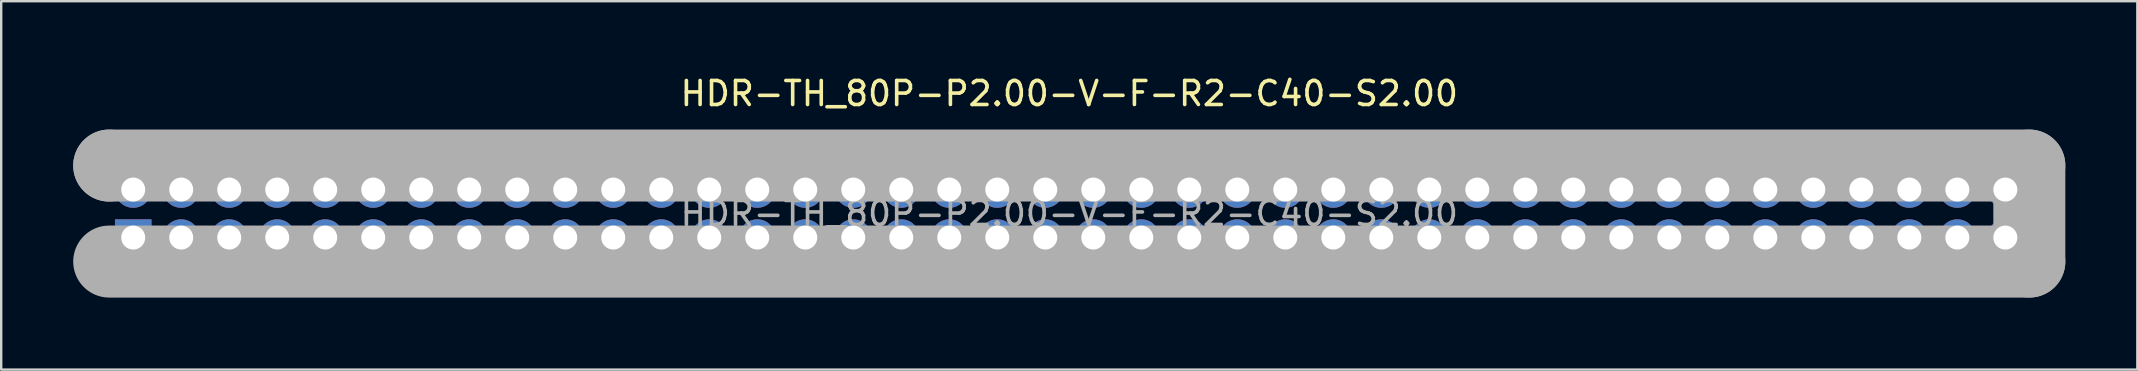
<source format=kicad_pcb>
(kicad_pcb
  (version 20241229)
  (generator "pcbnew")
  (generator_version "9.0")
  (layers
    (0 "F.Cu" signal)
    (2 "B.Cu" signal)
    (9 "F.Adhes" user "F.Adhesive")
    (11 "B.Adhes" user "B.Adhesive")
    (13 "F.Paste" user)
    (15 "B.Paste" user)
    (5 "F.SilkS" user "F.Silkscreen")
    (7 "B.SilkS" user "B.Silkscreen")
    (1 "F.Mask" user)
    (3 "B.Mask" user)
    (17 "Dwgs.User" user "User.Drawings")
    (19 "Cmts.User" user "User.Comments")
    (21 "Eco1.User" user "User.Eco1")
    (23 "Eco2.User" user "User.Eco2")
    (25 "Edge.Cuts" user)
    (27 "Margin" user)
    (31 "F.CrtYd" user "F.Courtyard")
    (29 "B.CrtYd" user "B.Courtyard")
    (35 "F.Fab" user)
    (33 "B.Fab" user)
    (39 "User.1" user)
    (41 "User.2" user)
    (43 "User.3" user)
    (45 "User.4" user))
  (footprint "HDR-TH_80P-P2.00-V-F-R2-C40-S2.00"
    (layer "F.Cu")
    (at 41.5 5.848)
    (property "Reference" "HDR-TH_80P-P2.00-V-F-R2-C40-S2.00" (at 0 -5 0) (layer "F.SilkS") (effects (font (size 1 1) (thickness 0.15))))
    (attr through_hole)
    (fp_circle (center -39.11 2.43) (end -38.86 2.43) (stroke (width 0.25) (type solid)) (fill no) (layer "F.SilkS"))
    (fp_line (start -40 -2) (end -40 -2) (stroke (width 3) (type solid)) (layer "F.Fab"))
    (fp_line (start -40 -2) (end 40 -2) (stroke (width 3) (type solid)) (layer "F.Fab"))
    (fp_line (start 40 -2) (end 40 2) (stroke (width 3) (type solid)) (layer "F.Fab"))
    (fp_line (start 40 2) (end -40 2) (stroke (width 3) (type solid)) (layer "F.Fab"))
    (fp_circle (center -40.13 2.81) (end -40.1 2.81) (stroke (width 0.06) (type solid)) (fill no) (layer "F.Fab"))
    (fp_circle (center -39 -1) (end -38.8 -1) (stroke (width 0.4) (type solid)) (fill no) (layer "F.Fab"))
    (fp_circle (center -39 1) (end -38.8 1) (stroke (width 0.4) (type solid)) (fill no) (layer "F.Fab"))
    (fp_circle (center -37 -1) (end -36.8 -1) (stroke (width 0.4) (type solid)) (fill no) (layer "F.Fab"))
    (fp_circle (center -37 1) (end -36.8 1) (stroke (width 0.4) (type solid)) (fill no) (layer "F.Fab"))
    (fp_circle (center -35 -1) (end -34.8 -1) (stroke (width 0.4) (type solid)) (fill no) (layer "F.Fab"))
    (fp_circle (center -35 1) (end -34.8 1) (stroke (width 0.4) (type solid)) (fill no) (layer "F.Fab"))
    (fp_circle (center -33 -1) (end -32.8 -1) (stroke (width 0.4) (type solid)) (fill no) (layer "F.Fab"))
    (fp_circle (center -33 1) (end -32.8 1) (stroke (width 0.4) (type solid)) (fill no) (layer "F.Fab"))
    (fp_circle (center -31 -1) (end -30.8 -1) (stroke (width 0.4) (type solid)) (fill no) (layer "F.Fab"))
    (fp_circle (center -31 1) (end -30.8 1) (stroke (width 0.4) (type solid)) (fill no) (layer "F.Fab"))
    (fp_circle (center -29 -1) (end -28.8 -1) (stroke (width 0.4) (type solid)) (fill no) (layer "F.Fab"))
    (fp_circle (center -29 1) (end -28.8 1) (stroke (width 0.4) (type solid)) (fill no) (layer "F.Fab"))
    (fp_circle (center -27 -1) (end -26.8 -1) (stroke (width 0.4) (type solid)) (fill no) (layer "F.Fab"))
    (fp_circle (center -27 1) (end -26.8 1) (stroke (width 0.4) (type solid)) (fill no) (layer "F.Fab"))
    (fp_circle (center -25 -1) (end -24.8 -1) (stroke (width 0.4) (type solid)) (fill no) (layer "F.Fab"))
    (fp_circle (center -25 1) (end -24.8 1) (stroke (width 0.4) (type solid)) (fill no) (layer "F.Fab"))
    (fp_circle (center -23 -1) (end -22.8 -1) (stroke (width 0.4) (type solid)) (fill no) (layer "F.Fab"))
    (fp_circle (center -23 1) (end -22.8 1) (stroke (width 0.4) (type solid)) (fill no) (layer "F.Fab"))
    (fp_circle (center -21 -1) (end -20.8 -1) (stroke (width 0.4) (type solid)) (fill no) (layer "F.Fab"))
    (fp_circle (center -21 1) (end -20.8 1) (stroke (width 0.4) (type solid)) (fill no) (layer "F.Fab"))
    (fp_circle (center -19 -1) (end -18.8 -1) (stroke (width 0.4) (type solid)) (fill no) (layer "F.Fab"))
    (fp_circle (center -19 1) (end -18.8 1) (stroke (width 0.4) (type solid)) (fill no) (layer "F.Fab"))
    (fp_circle (center -17 -1) (end -16.8 -1) (stroke (width 0.4) (type solid)) (fill no) (layer "F.Fab"))
    (fp_circle (center -17 1) (end -16.8 1) (stroke (width 0.4) (type solid)) (fill no) (layer "F.Fab"))
    (fp_circle (center -15 -1) (end -14.8 -1) (stroke (width 0.4) (type solid)) (fill no) (layer "F.Fab"))
    (fp_circle (center -15 1) (end -14.8 1) (stroke (width 0.4) (type solid)) (fill no) (layer "F.Fab"))
    (fp_circle (center -13 -1) (end -12.8 -1) (stroke (width 0.4) (type solid)) (fill no) (layer "F.Fab"))
    (fp_circle (center -13 1) (end -12.8 1) (stroke (width 0.4) (type solid)) (fill no) (layer "F.Fab"))
    (fp_circle (center -11 -1) (end -10.8 -1) (stroke (width 0.4) (type solid)) (fill no) (layer "F.Fab"))
    (fp_circle (center -11 1) (end -10.8 1) (stroke (width 0.4) (type solid)) (fill no) (layer "F.Fab"))
    (fp_circle (center -9 -1) (end -8.8 -1) (stroke (width 0.4) (type solid)) (fill no) (layer "F.Fab"))
    (fp_circle (center -9 1) (end -8.8 1) (stroke (width 0.4) (type solid)) (fill no) (layer "F.Fab"))
    (fp_circle (center -7 -1) (end -6.8 -1) (stroke (width 0.4) (type solid)) (fill no) (layer "F.Fab"))
    (fp_circle (center -7 1) (end -6.8 1) (stroke (width 0.4) (type solid)) (fill no) (layer "F.Fab"))
    (fp_circle (center -5 -1) (end -4.8 -1) (stroke (width 0.4) (type solid)) (fill no) (layer "F.Fab"))
    (fp_circle (center -5 1) (end -4.8 1) (stroke (width 0.4) (type solid)) (fill no) (layer "F.Fab"))
    (fp_circle (center -3 -1) (end -2.8 -1) (stroke (width 0.4) (type solid)) (fill no) (layer "F.Fab"))
    (fp_circle (center -3 1) (end -2.8 1) (stroke (width 0.4) (type solid)) (fill no) (layer "F.Fab"))
    (fp_circle (center -1 -1) (end -0.8 -1) (stroke (width 0.4) (type solid)) (fill no) (layer "F.Fab"))
    (fp_circle (center -1 1) (end -0.8 1) (stroke (width 0.4) (type solid)) (fill no) (layer "F.Fab"))
    (fp_circle (center 1 -1) (end 1.2 -1) (stroke (width 0.4) (type solid)) (fill no) (layer "F.Fab"))
    (fp_circle (center 1 1) (end 1.2 1) (stroke (width 0.4) (type solid)) (fill no) (layer "F.Fab"))
    (fp_circle (center 3 -1) (end 3.2 -1) (stroke (width 0.4) (type solid)) (fill no) (layer "F.Fab"))
    (fp_circle (center 3 1) (end 3.2 1) (stroke (width 0.4) (type solid)) (fill no) (layer "F.Fab"))
    (fp_circle (center 5 -1) (end 5.2 -1) (stroke (width 0.4) (type solid)) (fill no) (layer "F.Fab"))
    (fp_circle (center 5 1) (end 5.2 1) (stroke (width 0.4) (type solid)) (fill no) (layer "F.Fab"))
    (fp_circle (center 7 -1) (end 7.2 -1) (stroke (width 0.4) (type solid)) (fill no) (layer "F.Fab"))
    (fp_circle (center 7 1) (end 7.2 1) (stroke (width 0.4) (type solid)) (fill no) (layer "F.Fab"))
    (fp_circle (center 9 -1) (end 9.2 -1) (stroke (width 0.4) (type solid)) (fill no) (layer "F.Fab"))
    (fp_circle (center 9 1) (end 9.2 1) (stroke (width 0.4) (type solid)) (fill no) (layer "F.Fab"))
    (fp_circle (center 11 -1) (end 11.2 -1) (stroke (width 0.4) (type solid)) (fill no) (layer "F.Fab"))
    (fp_circle (center 11 1) (end 11.2 1) (stroke (width 0.4) (type solid)) (fill no) (layer "F.Fab"))
    (fp_circle (center 13 -1) (end 13.2 -1) (stroke (width 0.4) (type solid)) (fill no) (layer "F.Fab"))
    (fp_circle (center 13 1) (end 13.2 1) (stroke (width 0.4) (type solid)) (fill no) (layer "F.Fab"))
    (fp_circle (center 15 -1) (end 15.2 -1) (stroke (width 0.4) (type solid)) (fill no) (layer "F.Fab"))
    (fp_circle (center 15 1) (end 15.2 1) (stroke (width 0.4) (type solid)) (fill no) (layer "F.Fab"))
    (fp_circle (center 17 -1) (end 17.2 -1) (stroke (width 0.4) (type solid)) (fill no) (layer "F.Fab"))
    (fp_circle (center 17 1) (end 17.2 1) (stroke (width 0.4) (type solid)) (fill no) (layer "F.Fab"))
    (fp_circle (center 19 -1) (end 19.2 -1) (stroke (width 0.4) (type solid)) (fill no) (layer "F.Fab"))
    (fp_circle (center 19 1) (end 19.2 1) (stroke (width 0.4) (type solid)) (fill no) (layer "F.Fab"))
    (fp_circle (center 21 -1) (end 21.2 -1) (stroke (width 0.4) (type solid)) (fill no) (layer "F.Fab"))
    (fp_circle (center 21 1) (end 21.2 1) (stroke (width 0.4) (type solid)) (fill no) (layer "F.Fab"))
    (fp_circle (center 23 -1) (end 23.2 -1) (stroke (width 0.4) (type solid)) (fill no) (layer "F.Fab"))
    (fp_circle (center 23 1) (end 23.2 1) (stroke (width 0.4) (type solid)) (fill no) (layer "F.Fab"))
    (fp_circle (center 25 -1) (end 25.2 -1) (stroke (width 0.4) (type solid)) (fill no) (layer "F.Fab"))
    (fp_circle (center 25 1) (end 25.2 1) (stroke (width 0.4) (type solid)) (fill no) (layer "F.Fab"))
    (fp_circle (center 27 -1) (end 27.2 -1) (stroke (width 0.4) (type solid)) (fill no) (layer "F.Fab"))
    (fp_circle (center 27 1) (end 27.2 1) (stroke (width 0.4) (type solid)) (fill no) (layer "F.Fab"))
    (fp_circle (center 29 -1) (end 29.2 -1) (stroke (width 0.4) (type solid)) (fill no) (layer "F.Fab"))
    (fp_circle (center 29 1) (end 29.2 1) (stroke (width 0.4) (type solid)) (fill no) (layer "F.Fab"))
    (fp_circle (center 31 -1) (end 31.2 -1) (stroke (width 0.4) (type solid)) (fill no) (layer "F.Fab"))
    (fp_circle (center 31 1) (end 31.2 1) (stroke (width 0.4) (type solid)) (fill no) (layer "F.Fab"))
    (fp_circle (center 33 -1) (end 33.2 -1) (stroke (width 0.4) (type solid)) (fill no) (layer "F.Fab"))
    (fp_circle (center 33 1) (end 33.2 1) (stroke (width 0.4) (type solid)) (fill no) (layer "F.Fab"))
    (fp_circle (center 35 -1) (end 35.2 -1) (stroke (width 0.4) (type solid)) (fill no) (layer "F.Fab"))
    (fp_circle (center 35 1) (end 35.2 1) (stroke (width 0.4) (type solid)) (fill no) (layer "F.Fab"))
    (fp_circle (center 37 -1) (end 37.2 -1) (stroke (width 0.4) (type solid)) (fill no) (layer "F.Fab"))
    (fp_circle (center 37 1) (end 37.2 1) (stroke (width 0.4) (type solid)) (fill no) (layer "F.Fab"))
    (fp_circle (center 39 -1) (end 39.2 -1) (stroke (width 0.4) (type solid)) (fill no) (layer "F.Fab"))
    (fp_circle (center 39 1) (end 39.2 1) (stroke (width 0.4) (type solid)) (fill no) (layer "F.Fab"))
    (fp_text user "${REFERENCE}" (at 0 0 0) (layer "F.Fab") (effects (font (size 1 1) (thickness 0.15))))
    (pad "1" thru_hole rect (at -39 1) (size 1.52 1.52) (drill 1) (layers "*.Cu" "*.Paste" "*.Mask"))
    (pad "2" thru_hole circle (at -39 -1 90) (size 1.52 1.52) (drill 1) (layers "*.Cu" "*.Paste" "*.Mask"))
    (pad "3" thru_hole circle (at -37 1 90) (size 1.52 1.52) (drill 1) (layers "*.Cu" "*.Paste" "*.Mask"))
    (pad "4" thru_hole circle (at -37 -1 90) (size 1.52 1.52) (drill 1) (layers "*.Cu" "*.Paste" "*.Mask"))
    (pad "5" thru_hole circle (at -35 1 90) (size 1.52 1.52) (drill 1) (layers "*.Cu" "*.Paste" "*.Mask"))
    (pad "6" thru_hole circle (at -35 -1 90) (size 1.52 1.52) (drill 1) (layers "*.Cu" "*.Paste" "*.Mask"))
    (pad "7" thru_hole circle (at -33 1 90) (size 1.52 1.52) (drill 1) (layers "*.Cu" "*.Paste" "*.Mask"))
    (pad "8" thru_hole circle (at -33 -1 90) (size 1.52 1.52) (drill 1) (layers "*.Cu" "*.Paste" "*.Mask"))
    (pad "9" thru_hole circle (at -31 1 90) (size 1.52 1.52) (drill 1) (layers "*.Cu" "*.Paste" "*.Mask"))
    (pad "10" thru_hole circle (at -31 -1 90) (size 1.52 1.52) (drill 1) (layers "*.Cu" "*.Paste" "*.Mask"))
    (pad "11" thru_hole circle (at -29 1 90) (size 1.52 1.52) (drill 1) (layers "*.Cu" "*.Paste" "*.Mask"))
    (pad "12" thru_hole circle (at -29 -1 90) (size 1.52 1.52) (drill 1) (layers "*.Cu" "*.Paste" "*.Mask"))
    (pad "13" thru_hole circle (at -27 1 90) (size 1.52 1.52) (drill 1) (layers "*.Cu" "*.Paste" "*.Mask"))
    (pad "14" thru_hole circle (at -27 -1 90) (size 1.52 1.52) (drill 1) (layers "*.Cu" "*.Paste" "*.Mask"))
    (pad "15" thru_hole circle (at -25 1 90) (size 1.52 1.52) (drill 1) (layers "*.Cu" "*.Paste" "*.Mask"))
    (pad "16" thru_hole circle (at -25 -1 90) (size 1.52 1.52) (drill 1) (layers "*.Cu" "*.Paste" "*.Mask"))
    (pad "17" thru_hole circle (at -23 1 90) (size 1.52 1.52) (drill 1) (layers "*.Cu" "*.Paste" "*.Mask"))
    (pad "18" thru_hole circle (at -23 -1 90) (size 1.52 1.52) (drill 1) (layers "*.Cu" "*.Paste" "*.Mask"))
    (pad "19" thru_hole circle (at -21 1 90) (size 1.52 1.52) (drill 1) (layers "*.Cu" "*.Paste" "*.Mask"))
    (pad "20" thru_hole circle (at -21 -1 90) (size 1.52 1.52) (drill 1) (layers "*.Cu" "*.Paste" "*.Mask"))
    (pad "21" thru_hole circle (at -19 1 90) (size 1.52 1.52) (drill 1) (layers "*.Cu" "*.Paste" "*.Mask"))
    (pad "22" thru_hole circle (at -19 -1 90) (size 1.52 1.52) (drill 1) (layers "*.Cu" "*.Paste" "*.Mask"))
    (pad "23" thru_hole circle (at -17 1 90) (size 1.52 1.52) (drill 1) (layers "*.Cu" "*.Paste" "*.Mask"))
    (pad "24" thru_hole circle (at -17 -1 90) (size 1.52 1.52) (drill 1) (layers "*.Cu" "*.Paste" "*.Mask"))
    (pad "25" thru_hole circle (at -15 1 90) (size 1.52 1.52) (drill 1) (layers "*.Cu" "*.Paste" "*.Mask"))
    (pad "26" thru_hole circle (at -15 -1 90) (size 1.52 1.52) (drill 1) (layers "*.Cu" "*.Paste" "*.Mask"))
    (pad "27" thru_hole circle (at -13 1 90) (size 1.52 1.52) (drill 1) (layers "*.Cu" "*.Paste" "*.Mask"))
    (pad "28" thru_hole circle (at -13 -1 90) (size 1.52 1.52) (drill 1) (layers "*.Cu" "*.Paste" "*.Mask"))
    (pad "29" thru_hole circle (at -11 1 90) (size 1.52 1.52) (drill 1) (layers "*.Cu" "*.Paste" "*.Mask"))
    (pad "30" thru_hole circle (at -11 -1 90) (size 1.52 1.52) (drill 1) (layers "*.Cu" "*.Paste" "*.Mask"))
    (pad "31" thru_hole circle (at -9 1 90) (size 1.52 1.52) (drill 1) (layers "*.Cu" "*.Paste" "*.Mask"))
    (pad "32" thru_hole circle (at -9 -1 90) (size 1.52 1.52) (drill 1) (layers "*.Cu" "*.Paste" "*.Mask"))
    (pad "33" thru_hole circle (at -7 1 90) (size 1.52 1.52) (drill 1) (layers "*.Cu" "*.Paste" "*.Mask"))
    (pad "34" thru_hole circle (at -7 -1 90) (size 1.52 1.52) (drill 1) (layers "*.Cu" "*.Paste" "*.Mask"))
    (pad "35" thru_hole circle (at -5 1 90) (size 1.52 1.52) (drill 1) (layers "*.Cu" "*.Paste" "*.Mask"))
    (pad "36" thru_hole circle (at -5 -1 90) (size 1.52 1.52) (drill 1) (layers "*.Cu" "*.Paste" "*.Mask"))
    (pad "37" thru_hole circle (at -3 1 90) (size 1.52 1.52) (drill 1) (layers "*.Cu" "*.Paste" "*.Mask"))
    (pad "38" thru_hole circle (at -3 -1 90) (size 1.52 1.52) (drill 1) (layers "*.Cu" "*.Paste" "*.Mask"))
    (pad "39" thru_hole circle (at -1 1 90) (size 1.52 1.52) (drill 1) (layers "*.Cu" "*.Paste" "*.Mask"))
    (pad "40" thru_hole circle (at -1 -1 90) (size 1.52 1.52) (drill 1) (layers "*.Cu" "*.Paste" "*.Mask"))
    (pad "41" thru_hole circle (at 1 1 90) (size 1.52 1.52) (drill 1) (layers "*.Cu" "*.Paste" "*.Mask"))
    (pad "42" thru_hole circle (at 1 -1 90) (size 1.52 1.52) (drill 1) (layers "*.Cu" "*.Paste" "*.Mask"))
    (pad "43" thru_hole circle (at 3 1 90) (size 1.52 1.52) (drill 1) (layers "*.Cu" "*.Paste" "*.Mask"))
    (pad "44" thru_hole circle (at 3 -1 90) (size 1.52 1.52) (drill 1) (layers "*.Cu" "*.Paste" "*.Mask"))
    (pad "45" thru_hole circle (at 5 1 90) (size 1.52 1.52) (drill 1) (layers "*.Cu" "*.Paste" "*.Mask"))
    (pad "46" thru_hole circle (at 5 -1 90) (size 1.52 1.52) (drill 1) (layers "*.Cu" "*.Paste" "*.Mask"))
    (pad "47" thru_hole circle (at 7 1 90) (size 1.52 1.52) (drill 1) (layers "*.Cu" "*.Paste" "*.Mask"))
    (pad "48" thru_hole circle (at 7 -1 90) (size 1.52 1.52) (drill 1) (layers "*.Cu" "*.Paste" "*.Mask"))
    (pad "49" thru_hole circle (at 9 1 90) (size 1.52 1.52) (drill 1) (layers "*.Cu" "*.Paste" "*.Mask"))
    (pad "50" thru_hole circle (at 9 -1 90) (size 1.52 1.52) (drill 1) (layers "*.Cu" "*.Paste" "*.Mask"))
    (pad "51" thru_hole circle (at 11 1 90) (size 1.52 1.52) (drill 1) (layers "*.Cu" "*.Paste" "*.Mask"))
    (pad "52" thru_hole circle (at 11 -1 90) (size 1.52 1.52) (drill 1) (layers "*.Cu" "*.Paste" "*.Mask"))
    (pad "53" thru_hole circle (at 13 1 90) (size 1.52 1.52) (drill 1) (layers "*.Cu" "*.Paste" "*.Mask"))
    (pad "54" thru_hole circle (at 13 -1 90) (size 1.52 1.52) (drill 1) (layers "*.Cu" "*.Paste" "*.Mask"))
    (pad "55" thru_hole circle (at 15 1 90) (size 1.52 1.52) (drill 1) (layers "*.Cu" "*.Paste" "*.Mask"))
    (pad "56" thru_hole circle (at 15 -1 90) (size 1.52 1.52) (drill 1) (layers "*.Cu" "*.Paste" "*.Mask"))
    (pad "57" thru_hole circle (at 17 1 90) (size 1.52 1.52) (drill 1) (layers "*.Cu" "*.Paste" "*.Mask"))
    (pad "58" thru_hole circle (at 17 -1 90) (size 1.52 1.52) (drill 1) (layers "*.Cu" "*.Paste" "*.Mask"))
    (pad "59" thru_hole circle (at 19 1 90) (size 1.52 1.52) (drill 1) (layers "*.Cu" "*.Paste" "*.Mask"))
    (pad "60" thru_hole circle (at 19 -1 90) (size 1.52 1.52) (drill 1) (layers "*.Cu" "*.Paste" "*.Mask"))
    (pad "61" thru_hole circle (at 21 1 90) (size 1.52 1.52) (drill 1) (layers "*.Cu" "*.Paste" "*.Mask"))
    (pad "62" thru_hole circle (at 21 -1 90) (size 1.52 1.52) (drill 1) (layers "*.Cu" "*.Paste" "*.Mask"))
    (pad "63" thru_hole circle (at 23 1 90) (size 1.52 1.52) (drill 1) (layers "*.Cu" "*.Paste" "*.Mask"))
    (pad "64" thru_hole circle (at 23 -1 90) (size 1.52 1.52) (drill 1) (layers "*.Cu" "*.Paste" "*.Mask"))
    (pad "65" thru_hole circle (at 25 1 90) (size 1.52 1.52) (drill 1) (layers "*.Cu" "*.Paste" "*.Mask"))
    (pad "66" thru_hole circle (at 25 -1 90) (size 1.52 1.52) (drill 1) (layers "*.Cu" "*.Paste" "*.Mask"))
    (pad "67" thru_hole circle (at 27 1 90) (size 1.52 1.52) (drill 1) (layers "*.Cu" "*.Paste" "*.Mask"))
    (pad "68" thru_hole circle (at 27 -1 90) (size 1.52 1.52) (drill 1) (layers "*.Cu" "*.Paste" "*.Mask"))
    (pad "69" thru_hole circle (at 29 1 90) (size 1.52 1.52) (drill 1) (layers "*.Cu" "*.Paste" "*.Mask"))
    (pad "70" thru_hole circle (at 29 -1 90) (size 1.52 1.52) (drill 1) (layers "*.Cu" "*.Paste" "*.Mask"))
    (pad "71" thru_hole circle (at 31 1 90) (size 1.52 1.52) (drill 1) (layers "*.Cu" "*.Paste" "*.Mask"))
    (pad "72" thru_hole circle (at 31 -1 90) (size 1.52 1.52) (drill 1) (layers "*.Cu" "*.Paste" "*.Mask"))
    (pad "73" thru_hole circle (at 33 1 90) (size 1.52 1.52) (drill 1) (layers "*.Cu" "*.Paste" "*.Mask"))
    (pad "74" thru_hole circle (at 33 -1 90) (size 1.52 1.52) (drill 1) (layers "*.Cu" "*.Paste" "*.Mask"))
    (pad "75" thru_hole circle (at 35 1 90) (size 1.52 1.52) (drill 1) (layers "*.Cu" "*.Paste" "*.Mask"))
    (pad "76" thru_hole circle (at 35 -1 90) (size 1.52 1.52) (drill 1) (layers "*.Cu" "*.Paste" "*.Mask"))
    (pad "77" thru_hole circle (at 37 1 90) (size 1.52 1.52) (drill 1) (layers "*.Cu" "*.Paste" "*.Mask"))
    (pad "78" thru_hole circle (at 37 -1 90) (size 1.52 1.52) (drill 1) (layers "*.Cu" "*.Paste" "*.Mask"))
    (pad "79" thru_hole circle (at 39 1 90) (size 1.52 1.52) (drill 1) (layers "*.Cu" "*.Paste" "*.Mask"))
    (pad "80" thru_hole circle (at 39 -1 90) (size 1.52 1.52) (drill 1) (layers "*.Cu" "*.Paste" "*.Mask")))
  (gr_rect
    (start -3 -3)
    (end 86 12.348)
    (stroke (width 0.1) (type default))
    (fill no)
    (layer "Edge.Cuts")))
</source>
